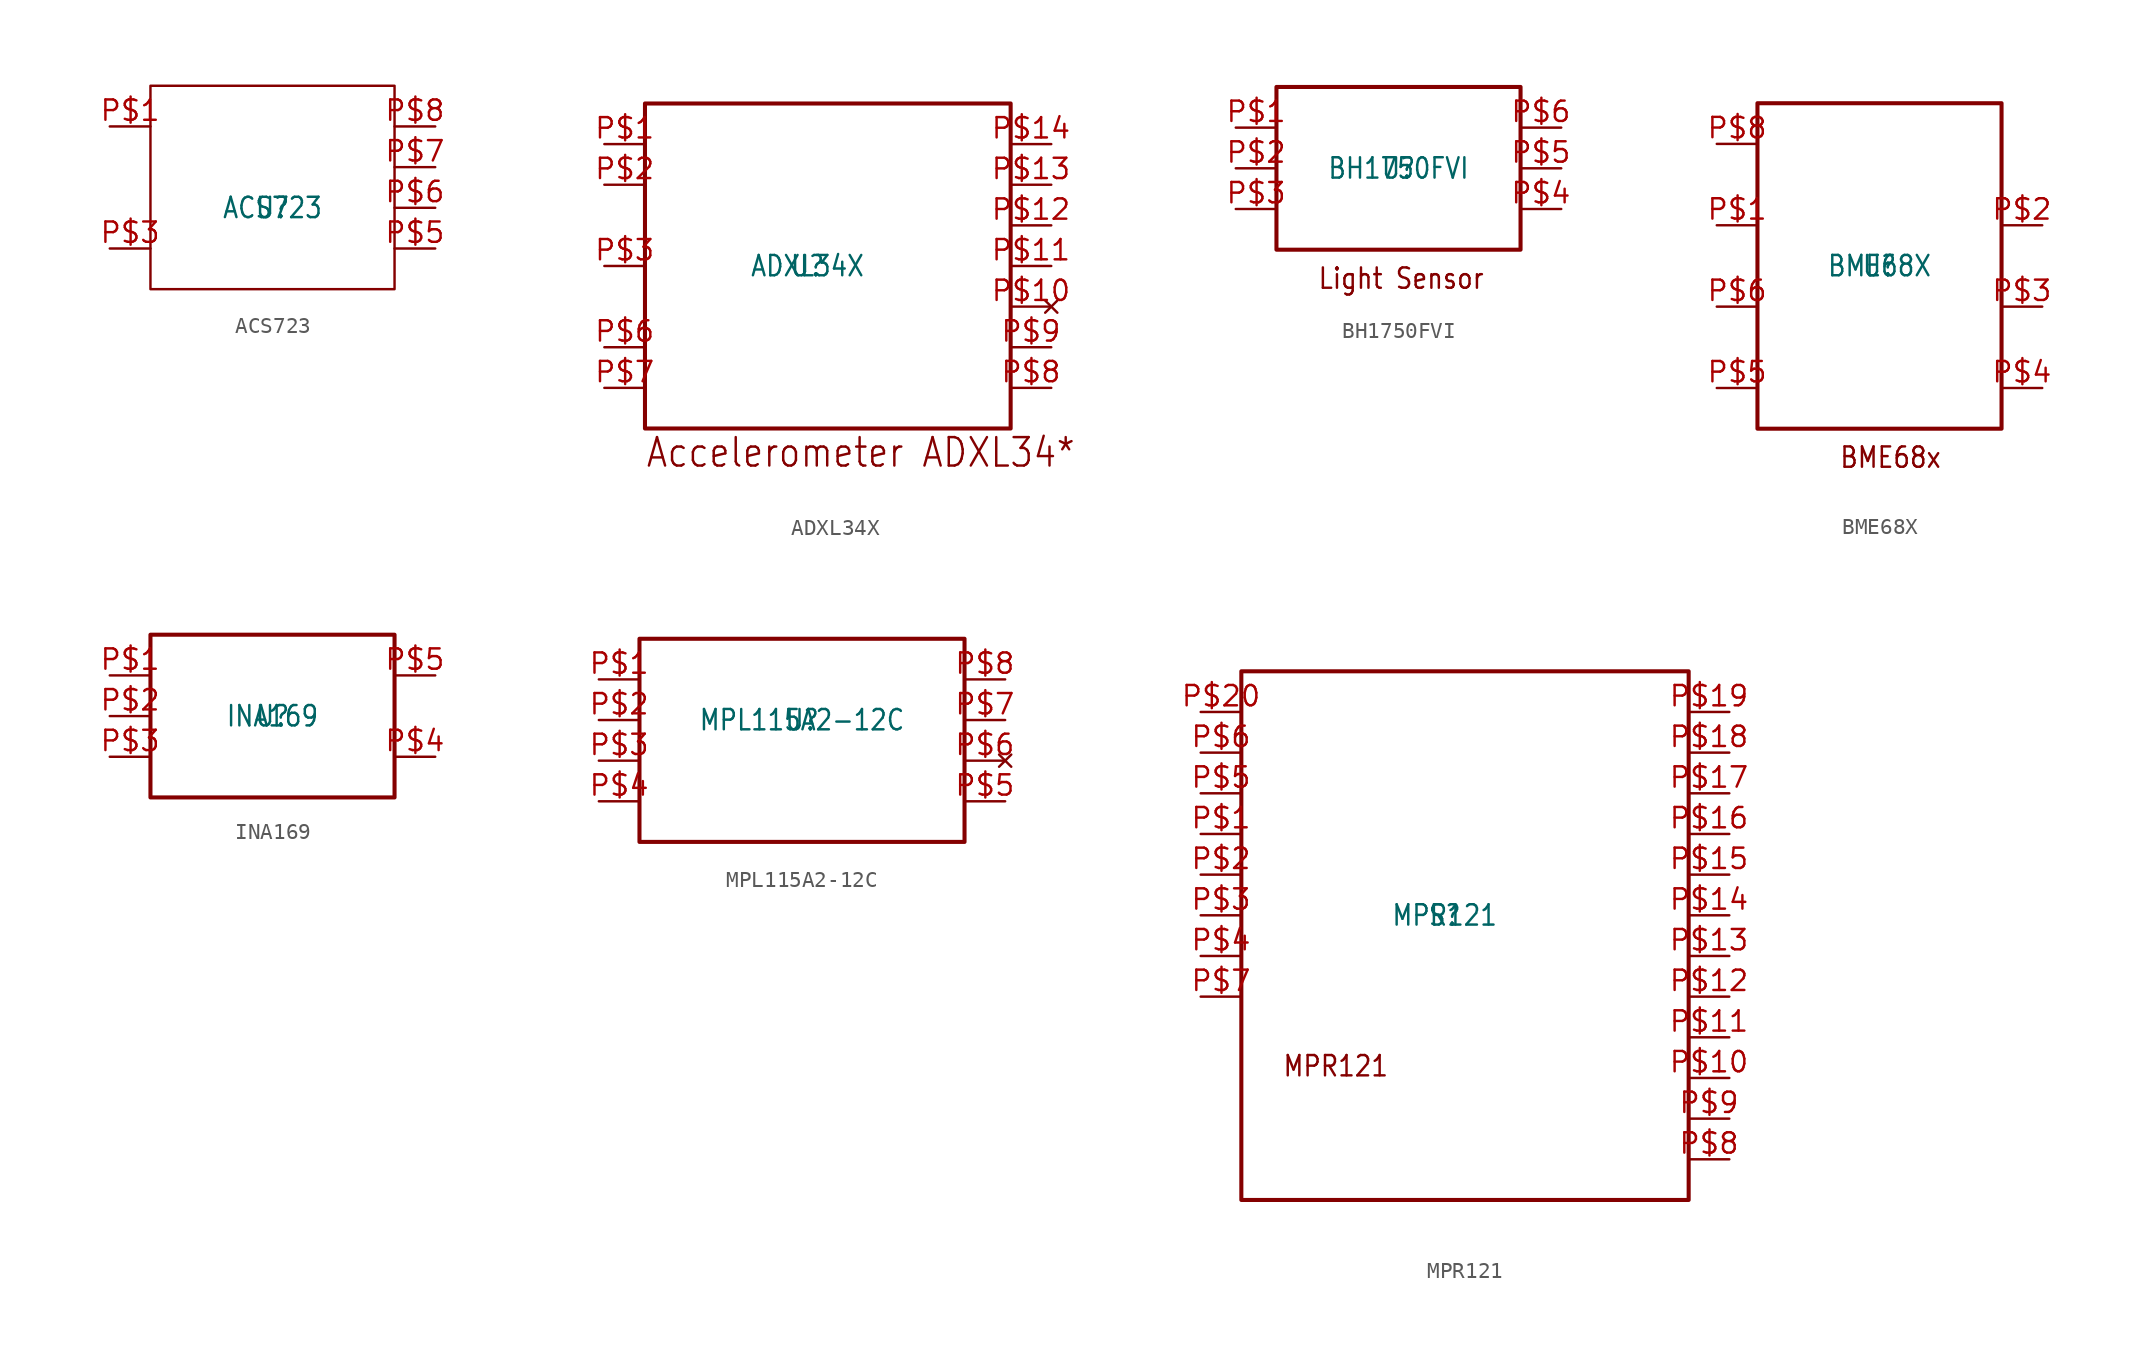
<source format=kicad_sym>
(kicad_symbol_lib
  (version 20211014)
  (generator kicad_symbol_editor)
  (symbol "ACS723"
    (pin_names
      (offset 1.016) hide)
    (property "Reference" "U"
      (at 0 0 0)
      (effects (font (size 1.27 1.086))))
    (property "Value" "ACS723"
      (at 0 0 0)
      (effects (font (size 1.27 1.086))))
    (symbol "ACS723_0_0")
    (symbol "ACS723_0_1"
      (polyline (pts (xy -7.62 7.62) (xy 7.62 7.62) (xy 7.62 -5.08) (xy -7.62 -5.08) (xy -7.62 7.62)) (stroke (width 0.152) (type default) (color 0 0 0 0))))
    (symbol "ACS723_1_1"
      (pin bidirectional line (at -10.16 5.08 0) (length 2.54) (name "IP+" (effects (font (size 1.27 1.086)))) (number "P$1" (effects (font (size 1.27 1.086)))))
      (pin bidirectional line (at -10.16 5.08 0) (length 2.54) hide (name "IP+" (effects (font (size 1.27 1.086)))) (number "P$2" (effects (font (size 1.27 1.086)))))
      (pin bidirectional line (at -10.16 -2.54 0) (length 2.54) (name "IP-" (effects (font (size 1.27 1.086)))) (number "P$3" (effects (font (size 1.27 1.086)))))
      (pin bidirectional line (at -10.16 -2.54 0) (length 2.54) hide (name "IP-" (effects (font (size 1.27 1.086)))) (number "P$4" (effects (font (size 1.27 1.086)))))
      (pin bidirectional line (at 10.16 -2.54 180) (length 2.54) (name "GND" (effects (font (size 1.27 1.086)))) (number "P$5" (effects (font (size 1.27 1.086)))))
      (pin bidirectional line (at 10.16 0 180) (length 2.54) (name "BW_SEL" (effects (font (size 1.27 1.086)))) (number "P$6" (effects (font (size 1.27 1.086)))))
      (pin bidirectional line (at 10.16 2.54 180) (length 2.54) (name "VIOUT" (effects (font (size 1.27 1.086)))) (number "P$7" (effects (font (size 1.27 1.086)))))
      (pin bidirectional line (at 10.16 5.08 180) (length 2.54) (name "VCC" (effects (font (size 1.27 1.086)))) (number "P$8" (effects (font (size 1.27 1.086)))))))
  (symbol "ADXL34X"
    (pin_names
      (offset 1.016) hide)
    (property "Reference" "U"
      (at 0 0 0)
      (effects (font (size 1.27 1.086))))
    (property "Value" "ADXL34X"
      (at 0 0 0)
      (effects (font (size 1.27 1.086))))
    (symbol "ADXL34X_0_0"
      (text "Accelerometer ADXL34*" (at -10.16 -12.7 0) (effects (font (size 1.778 1.52)) (justify left bottom))))
    (symbol "ADXL34X_0_1"
      (polyline (pts (xy -10.16 10.16) (xy 12.7 10.16) (xy 12.7 -10.16) (xy -10.16 -10.16) (xy -10.16 10.16)) (stroke (width 0.254) (type default) (color 0 0 0 0))))
    (symbol "ADXL34X_1_1"
      (pin bidirectional line (at -12.7 7.62 0) (length 2.54) (name "VDD" (effects (font (size 1.27 1.086)))) (number "P$1" (effects (font (size 1.27 1.086)))))
      (pin power_in line (at -12.7 5.08 0) (length 2.54) (name "GND" (effects (font (size 1.27 1.086)))) (number "P$2" (effects (font (size 1.27 1.086)))))
      (pin power_in line (at -12.7 5.08 0) (length 2.54) hide (name "GND" (effects (font (size 1.27 1.086)))) (number "P$4" (effects (font (size 1.27 1.086)))))
      (pin power_in line (at -12.7 5.08 0) (length 2.54) hide (name "GND" (effects (font (size 1.27 1.086)))) (number "P$5" (effects (font (size 1.27 1.086)))))
      (pin power_in line (at -12.7 0 0) (length 2.54) (name "RES$3" (effects (font (size 1.27 1.086)))) (number "P$3" (effects (font (size 1.27 1.086)))))
      (pin power_in line (at -12.7 -5.08 0) (length 2.54) (name "VS" (effects (font (size 1.27 1.086)))) (number "P$6" (effects (font (size 1.27 1.086)))))
      (pin input line (at -12.7 -7.62 0) (length 2.54) (name "CS" (effects (font (size 1.27 1.086)))) (number "P$7" (effects (font (size 1.27 1.086)))))
      (pin output line (at 15.24 -7.62 180) (length 2.54) (name "INT1" (effects (font (size 1.27 1.086)))) (number "P$8" (effects (font (size 1.27 1.086)))))
      (pin output line (at 15.24 -5.08 180) (length 2.54) (name "INT2" (effects (font (size 1.27 1.086)))) (number "P$9" (effects (font (size 1.27 1.086)))))
      (pin no_connect line (at 15.24 -2.54 180) (length 2.54) (name "NC" (effects (font (size 1.27 1.086)))) (number "P$10" (effects (font (size 1.27 1.086)))))
      (pin power_in line (at 15.24 0 180) (length 2.54) (name "RES$11" (effects (font (size 1.27 1.086)))) (number "P$11" (effects (font (size 1.27 1.086)))))
      (pin output line (at 15.24 2.54 180) (length 2.54) (name "SDO" (effects (font (size 1.27 1.086)))) (number "P$12" (effects (font (size 1.27 1.086)))))
      (pin input line (at 15.24 5.08 180) (length 2.54) (name "SDA" (effects (font (size 1.27 1.086)))) (number "P$13" (effects (font (size 1.27 1.086)))))
      (pin bidirectional line (at 15.24 7.62 180) (length 2.54) (name "SCL" (effects (font (size 1.27 1.086)))) (number "P$14" (effects (font (size 1.27 1.086)))))))
  (symbol "BH1750FVI"
    (pin_names
      (offset 1.016) hide)
    (property "Reference" "U"
      (at 0 0 0)
      (effects (font (size 1.27 1.086))))
    (property "Value" "BH1750FVI"
      (at 0 0 0)
      (effects (font (size 1.27 1.086))))
    (symbol "BH1750FVI_0_0"
      (text "Light Sensor" (at -5.08 -7.62 0) (effects (font (size 1.27 1.086)) (justify left bottom))))
    (symbol "BH1750FVI_0_1"
      (polyline (pts (xy -7.62 5.08) (xy 7.62 5.08) (xy 7.62 -5.08) (xy -7.62 -5.08) (xy -7.62 5.08)) (stroke (width 0.254) (type default) (color 0 0 0 0))))
    (symbol "BH1750FVI_1_1"
      (pin power_in line (at -10.16 2.54 0) (length 2.54) (name "VCC" (effects (font (size 1.27 1.086)))) (number "P$1" (effects (font (size 1.27 1.086)))))
      (pin bidirectional line (at -10.16 0 0) (length 2.54) (name "ADDR" (effects (font (size 1.27 1.086)))) (number "P$2" (effects (font (size 1.27 1.086)))))
      (pin power_in line (at -10.16 -2.54 0) (length 2.54) (name "GND" (effects (font (size 1.27 1.086)))) (number "P$3" (effects (font (size 1.27 1.086)))))
      (pin bidirectional line (at 10.16 -2.54 180) (length 2.54) (name "SDA" (effects (font (size 1.27 1.086)))) (number "P$4" (effects (font (size 1.27 1.086)))))
      (pin bidirectional line (at 10.16 0 180) (length 2.54) (name "DVI" (effects (font (size 1.27 1.086)))) (number "P$5" (effects (font (size 1.27 1.086)))))
      (pin bidirectional line (at 10.16 2.54 180) (length 2.54) (name "SCL" (effects (font (size 1.27 1.086)))) (number "P$6" (effects (font (size 1.27 1.086)))))))
  (symbol "BME68X"
    (pin_names
      (offset 1.016) hide)
    (property "Reference" "U"
      (at 0 0 0)
      (effects (font (size 1.27 1.086))))
    (property "Value" "BME68X"
      (at 0 0 0)
      (effects (font (size 1.27 1.086))))
    (symbol "BME68X_0_0"
      (text "BME68x" (at -2.54 -12.7 0) (effects (font (size 1.27 1.086)) (justify left bottom))))
    (symbol "BME68X_0_1"
      (polyline (pts (xy -7.62 10.16) (xy 7.62 10.16) (xy 7.62 -10.16) (xy -7.62 -10.16) (xy -7.62 10.16)) (stroke (width 0.254) (type default) (color 0 0 0 0))))
    (symbol "BME68X_1_1"
      (pin power_in line (at -10.16 7.62 0) (length 2.54) (name "VDD" (effects (font (size 1.27 1.086)))) (number "P$8" (effects (font (size 1.27 1.086)))))
      (pin power_in line (at -10.16 2.54 0) (length 2.54) (name "GND" (effects (font (size 1.27 1.086)))) (number "P$1" (effects (font (size 1.27 1.086)))))
      (pin power_in line (at -10.16 2.54 0) (length 2.54) hide (name "GND" (effects (font (size 1.27 1.086)))) (number "P$7" (effects (font (size 1.27 1.086)))))
      (pin power_in line (at -10.16 -2.54 0) (length 2.54) (name "VDDIO" (effects (font (size 1.27 1.086)))) (number "P$6" (effects (font (size 1.27 1.086)))))
      (pin bidirectional line (at -10.16 -7.62 0) (length 2.54) (name "SDO" (effects (font (size 1.27 1.086)))) (number "P$5" (effects (font (size 1.27 1.086)))))
      (pin input line (at 10.16 2.54 180) (length 2.54) (name "CSB" (effects (font (size 1.27 1.086)))) (number "P$2" (effects (font (size 1.27 1.086)))))
      (pin bidirectional line (at 10.16 -2.54 180) (length 2.54) (name "SDI" (effects (font (size 1.27 1.086)))) (number "P$3" (effects (font (size 1.27 1.086)))))
      (pin input line (at 10.16 -7.62 180) (length 2.54) (name "SCK" (effects (font (size 1.27 1.086)))) (number "P$4" (effects (font (size 1.27 1.086)))))))
  (symbol "INA169"
    (pin_names
      (offset 1.016) hide)
    (property "Reference" "U"
      (at 0 0 0)
      (effects (font (size 1.27 1.086))))
    (property "Value" "INA169"
      (at 0 0 0)
      (effects (font (size 1.27 1.086))))
    (symbol "INA169_0_0")
    (symbol "INA169_0_1"
      (polyline (pts (xy -7.62 5.08) (xy -7.62 -5.08) (xy 7.62 -5.08) (xy 7.62 5.08) (xy -7.62 5.08)) (stroke (width 0.254) (type default) (color 0 0 0 0))))
    (symbol "INA169_1_1"
      (pin bidirectional line (at -10.16 2.54 0) (length 2.54) (name "OUT" (effects (font (size 1.27 1.086)))) (number "P$1" (effects (font (size 1.27 1.086)))))
      (pin bidirectional line (at -10.16 0 0) (length 2.54) (name "GND" (effects (font (size 1.27 1.086)))) (number "P$2" (effects (font (size 1.27 1.086)))))
      (pin bidirectional line (at -10.16 -2.54 0) (length 2.54) (name "VIN+" (effects (font (size 1.27 1.086)))) (number "P$3" (effects (font (size 1.27 1.086)))))
      (pin bidirectional line (at 10.16 -2.54 180) (length 2.54) (name "VIN-" (effects (font (size 1.27 1.086)))) (number "P$4" (effects (font (size 1.27 1.086)))))
      (pin bidirectional line (at 10.16 2.54 180) (length 2.54) (name "V+" (effects (font (size 1.27 1.086)))) (number "P$5" (effects (font (size 1.27 1.086)))))))
  (symbol "MPL115A2-12C"
    (pin_names
      (offset 1.016) hide)
    (property "Reference" "U"
      (at 0 0 0)
      (effects (font (size 1.27 1.086))))
    (property "Value" "MPL115A2-12C"
      (at 0 0 0)
      (effects (font (size 1.27 1.086))))
    (symbol "MPL115A2-12C_0_0")
    (symbol "MPL115A2-12C_0_1"
      (polyline (pts (xy -10.16 5.08) (xy 10.16 5.08) (xy 10.16 -7.62) (xy -10.16 -7.62) (xy -10.16 5.08)) (stroke (width 0.254) (type default) (color 0 0 0 0))))
    (symbol "MPL115A2-12C_1_1"
      (pin power_in line (at -12.7 2.54 0) (length 2.54) (name "VDD" (effects (font (size 1.27 1.086)))) (number "P$1" (effects (font (size 1.27 1.086)))))
      (pin passive line (at -12.7 0 0) (length 2.54) (name "CAP" (effects (font (size 1.27 1.086)))) (number "P$2" (effects (font (size 1.27 1.086)))))
      (pin power_in line (at -12.7 -2.54 0) (length 2.54) (name "GND" (effects (font (size 1.27 1.086)))) (number "P$3" (effects (font (size 1.27 1.086)))))
      (pin input line (at -12.7 -5.08 0) (length 2.54) (name "SHDN" (effects (font (size 1.27 1.086)))) (number "P$4" (effects (font (size 1.27 1.086)))))
      (pin input line (at 12.7 -5.08 180) (length 2.54) (name "RESET" (effects (font (size 1.27 1.086)))) (number "P$5" (effects (font (size 1.27 1.086)))))
      (pin no_connect line (at 12.7 -2.54 180) (length 2.54) (name "NC" (effects (font (size 1.27 1.086)))) (number "P$6" (effects (font (size 1.27 1.086)))))
      (pin bidirectional line (at 12.7 0 180) (length 2.54) (name "SDA" (effects (font (size 1.27 1.086)))) (number "P$7" (effects (font (size 1.27 1.086)))))
      (pin input line (at 12.7 2.54 180) (length 2.54) (name "SCL" (effects (font (size 1.27 1.086)))) (number "P$8" (effects (font (size 1.27 1.086)))))))
  (symbol "MPR121"
    (pin_names
      (offset 1.016) hide)
    (property "Reference" "S"
      (at 0 0 0)
      (effects (font (size 1.27 1.086))))
    (property "Value" "MPR121"
      (at 0 0 0)
      (effects (font (size 1.27 1.086))))
    (symbol "MPR121_0_0"
      (text "MPR121" (at -10.16 -10.16 0) (effects (font (size 1.27 1.086)) (justify left bottom))))
    (symbol "MPR121_0_1"
      (polyline (pts (xy -12.7 15.24) (xy 15.24 15.24) (xy 15.24 -17.78) (xy -12.7 -17.78) (xy -12.7 15.24)) (stroke (width 0.254) (type default) (color 0 0 0 0))))
    (symbol "MPR121_1_1"
      (pin bidirectional line (at -15.24 5.08 0) (length 2.54) (name "IRQ" (effects (font (size 1.27 1.086)))) (number "P$1" (effects (font (size 1.27 1.086)))))
      (pin bidirectional line (at -15.24 2.54 0) (length 2.54) (name "SCL" (effects (font (size 1.27 1.086)))) (number "P$2" (effects (font (size 1.27 1.086)))))
      (pin bidirectional line (at -15.24 0 0) (length 2.54) (name "SDA" (effects (font (size 1.27 1.086)))) (number "P$3" (effects (font (size 1.27 1.086)))))
      (pin power_in line (at -15.24 -2.54 0) (length 2.54) (name "ADDR" (effects (font (size 1.27 1.086)))) (number "P$4" (effects (font (size 1.27 1.086)))))
      (pin power_in line (at -15.24 7.62 0) (length 2.54) (name "VREG" (effects (font (size 1.27 1.086)))) (number "P$5" (effects (font (size 1.27 1.086)))))
      (pin power_in line (at -15.24 10.16 0) (length 2.54) (name "VSS" (effects (font (size 1.27 1.086)))) (number "P$6" (effects (font (size 1.27 1.086)))))
      (pin power_in line (at -15.24 -5.08 0) (length 2.54) (name "REXT" (effects (font (size 1.27 1.086)))) (number "P$7" (effects (font (size 1.27 1.086)))))
      (pin bidirectional line (at 17.78 -15.24 180) (length 2.54) (name "ELE0" (effects (font (size 1.27 1.086)))) (number "P$8" (effects (font (size 1.27 1.086)))))
      (pin bidirectional line (at 17.78 -12.7 180) (length 2.54) (name "ELE1" (effects (font (size 1.27 1.086)))) (number "P$9" (effects (font (size 1.27 1.086)))))
      (pin bidirectional line (at 17.78 -10.16 180) (length 2.54) (name "ELE2" (effects (font (size 1.27 1.086)))) (number "P$10" (effects (font (size 1.27 1.086)))))
      (pin bidirectional line (at 17.78 -7.62 180) (length 2.54) (name "ELE3" (effects (font (size 1.27 1.086)))) (number "P$11" (effects (font (size 1.27 1.086)))))
      (pin bidirectional line (at 17.78 -5.08 180) (length 2.54) (name "ELE4/LED0" (effects (font (size 1.27 1.086)))) (number "P$12" (effects (font (size 1.27 1.086)))))
      (pin bidirectional line (at 17.78 -2.54 180) (length 2.54) (name "ELE5/LED1" (effects (font (size 1.27 1.086)))) (number "P$13" (effects (font (size 1.27 1.086)))))
      (pin bidirectional line (at 17.78 0 180) (length 2.54) (name "ELE6/LED2" (effects (font (size 1.27 1.086)))) (number "P$14" (effects (font (size 1.27 1.086)))))
      (pin bidirectional line (at 17.78 2.54 180) (length 2.54) (name "ELE7/LED3" (effects (font (size 1.27 1.086)))) (number "P$15" (effects (font (size 1.27 1.086)))))
      (pin bidirectional line (at 17.78 5.08 180) (length 2.54) (name "ELE8/LED4" (effects (font (size 1.27 1.086)))) (number "P$16" (effects (font (size 1.27 1.086)))))
      (pin bidirectional line (at 17.78 7.62 180) (length 2.54) (name "ELE9/LED5" (effects (font (size 1.27 1.086)))) (number "P$17" (effects (font (size 1.27 1.086)))))
      (pin bidirectional line (at 17.78 10.16 180) (length 2.54) (name "ELE10/LED6" (effects (font (size 1.27 1.086)))) (number "P$18" (effects (font (size 1.27 1.086)))))
      (pin bidirectional line (at 17.78 12.7 180) (length 2.54) (name "ELE11/LED7" (effects (font (size 1.27 1.086)))) (number "P$19" (effects (font (size 1.27 1.086)))))
      (pin power_in line (at -15.24 12.7 0) (length 2.54) (name "VDD" (effects (font (size 1.27 1.086)))) (number "P$20" (effects (font (size 1.27 1.086))))))))
</source>
